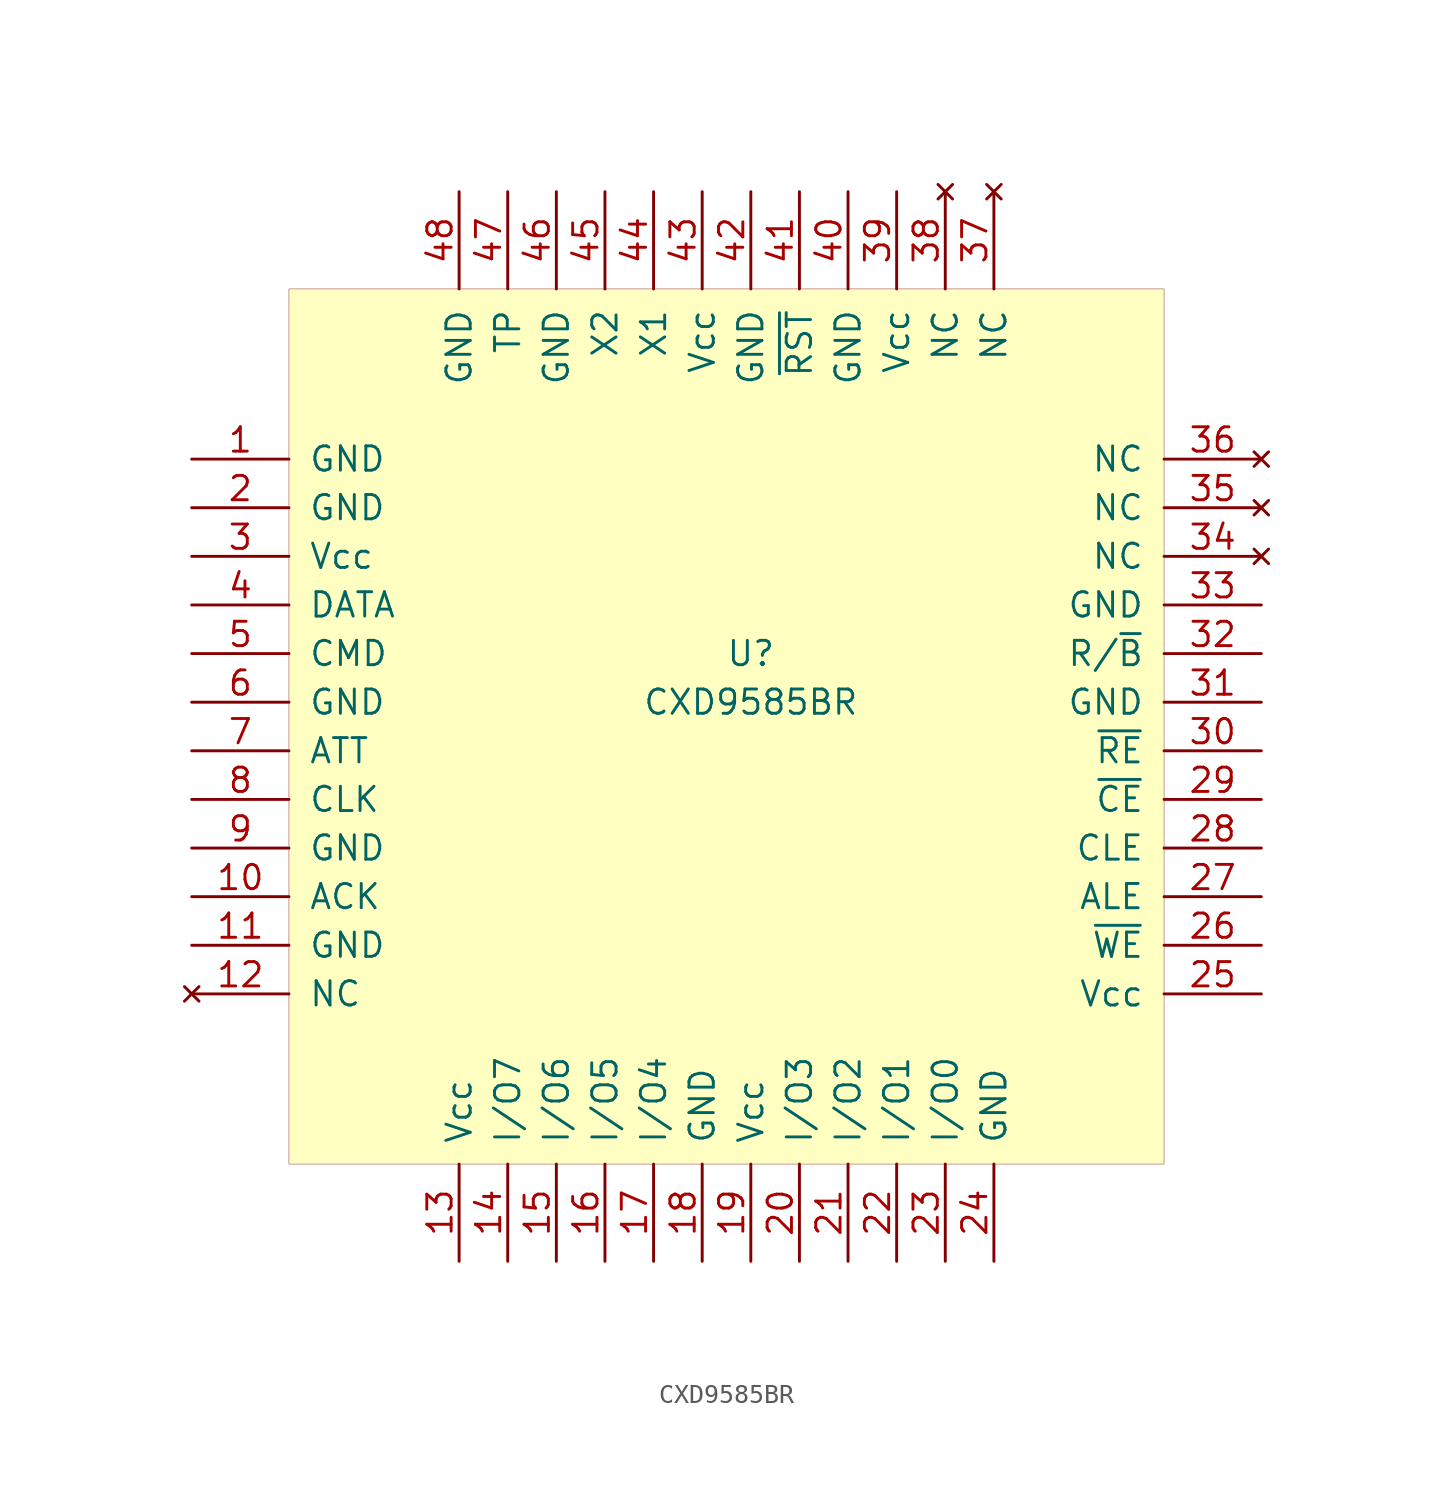
<source format=kicad_sym>
(kicad_symbol_lib
  (version 20220914)
  (generator kicad_symbol_editor)
  (symbol "CXD9585BR"
    (pin_names
      (offset 1.016))
    (property "Reference" "U"
      (at 24.13 -5.08 0)
      (effects (font (size 1.27 1.27))))
    (property "Value" "CXD9585BR"
      (at 24.13 -7.62 0)
      (effects (font (size 1.27 1.27))))
    (symbol "CXD9585BR_0_1"
      (rectangle (start 0 13.97) (end 45.72 -31.75) (stroke (width 0.001) (type default)) (fill (type background))))
    (symbol "CXD9585BR_1_1"
      (pin passive line (at -5.08 5.08 0) (length 5.08) (name "GND" (effects (font (size 1.27 1.27)))) (number "1" (effects (font (size 1.27 1.27)))))
      (pin output line (at -5.08 -17.78 0) (length 5.08) (name "ACK" (effects (font (size 1.27 1.27)))) (number "10" (effects (font (size 1.27 1.27)))))
      (pin passive line (at -5.08 -20.32 0) (length 5.08) (name "GND" (effects (font (size 1.27 1.27)))) (number "11" (effects (font (size 1.27 1.27)))))
      (pin no_connect line (at -5.08 -22.86 0) (length 5.08) (name "NC" (effects (font (size 1.27 1.27)))) (number "12" (effects (font (size 1.27 1.27)))))
      (pin power_in line (at 8.89 -36.83 90) (length 5.08) (name "Vcc" (effects (font (size 1.27 1.27)))) (number "13" (effects (font (size 1.27 1.27)))))
      (pin bidirectional line (at 11.43 -36.83 90) (length 5.08) (name "I/O7" (effects (font (size 1.27 1.27)))) (number "14" (effects (font (size 1.27 1.27)))))
      (pin bidirectional line (at 13.97 -36.83 90) (length 5.08) (name "I/O6" (effects (font (size 1.27 1.27)))) (number "15" (effects (font (size 1.27 1.27)))))
      (pin bidirectional line (at 16.51 -36.83 90) (length 5.08) (name "I/O5" (effects (font (size 1.27 1.27)))) (number "16" (effects (font (size 1.27 1.27)))))
      (pin bidirectional line (at 19.05 -36.83 90) (length 5.08) (name "I/O4" (effects (font (size 1.27 1.27)))) (number "17" (effects (font (size 1.27 1.27)))))
      (pin passive line (at 21.59 -36.83 90) (length 5.08) (name "GND" (effects (font (size 1.27 1.27)))) (number "18" (effects (font (size 1.27 1.27)))))
      (pin power_in line (at 24.13 -36.83 90) (length 5.08) (name "Vcc" (effects (font (size 1.27 1.27)))) (number "19" (effects (font (size 1.27 1.27)))))
      (pin passive line (at -5.08 2.54 0) (length 5.08) (name "GND" (effects (font (size 1.27 1.27)))) (number "2" (effects (font (size 1.27 1.27)))))
      (pin bidirectional line (at 26.67 -36.83 90) (length 5.08) (name "I/O3" (effects (font (size 1.27 1.27)))) (number "20" (effects (font (size 1.27 1.27)))))
      (pin bidirectional line (at 29.21 -36.83 90) (length 5.08) (name "I/O2" (effects (font (size 1.27 1.27)))) (number "21" (effects (font (size 1.27 1.27)))))
      (pin bidirectional line (at 31.75 -36.83 90) (length 5.08) (name "I/O1" (effects (font (size 1.27 1.27)))) (number "22" (effects (font (size 1.27 1.27)))))
      (pin bidirectional line (at 34.29 -36.83 90) (length 5.08) (name "I/O0" (effects (font (size 1.27 1.27)))) (number "23" (effects (font (size 1.27 1.27)))))
      (pin passive line (at 36.83 -36.83 90) (length 5.08) (name "GND" (effects (font (size 1.27 1.27)))) (number "24" (effects (font (size 1.27 1.27)))))
      (pin power_in line (at 50.8 -22.86 180) (length 5.08) (name "Vcc" (effects (font (size 1.27 1.27)))) (number "25" (effects (font (size 1.27 1.27)))))
      (pin output line (at 50.8 -20.32 180) (length 5.08) (name "~{WE}" (effects (font (size 1.27 1.27)))) (number "26" (effects (font (size 1.27 1.27)))))
      (pin output line (at 50.8 -17.78 180) (length 5.08) (name "ALE" (effects (font (size 1.27 1.27)))) (number "27" (effects (font (size 1.27 1.27)))))
      (pin output line (at 50.8 -15.24 180) (length 5.08) (name "CLE" (effects (font (size 1.27 1.27)))) (number "28" (effects (font (size 1.27 1.27)))))
      (pin output line (at 50.8 -12.7 180) (length 5.08) (name "~{CE}" (effects (font (size 1.27 1.27)))) (number "29" (effects (font (size 1.27 1.27)))))
      (pin power_in line (at -5.08 0 0) (length 5.08) (name "Vcc" (effects (font (size 1.27 1.27)))) (number "3" (effects (font (size 1.27 1.27)))))
      (pin output line (at 50.8 -10.16 180) (length 5.08) (name "~{RE}" (effects (font (size 1.27 1.27)))) (number "30" (effects (font (size 1.27 1.27)))))
      (pin passive line (at 50.8 -7.62 180) (length 5.08) (name "GND" (effects (font (size 1.27 1.27)))) (number "31" (effects (font (size 1.27 1.27)))))
      (pin output line (at 50.8 -5.08 180) (length 5.08) (name "R/~{B}" (effects (font (size 1.27 1.27)))) (number "32" (effects (font (size 1.27 1.27)))))
      (pin passive line (at 50.8 -2.54 180) (length 5.08) (name "GND" (effects (font (size 1.27 1.27)))) (number "33" (effects (font (size 1.27 1.27)))))
      (pin no_connect line (at 50.8 0 180) (length 5.08) (name "NC" (effects (font (size 1.27 1.27)))) (number "34" (effects (font (size 1.27 1.27)))))
      (pin no_connect line (at 50.8 2.54 180) (length 5.08) (name "NC" (effects (font (size 1.27 1.27)))) (number "35" (effects (font (size 1.27 1.27)))))
      (pin no_connect line (at 50.8 5.08 180) (length 5.08) (name "NC" (effects (font (size 1.27 1.27)))) (number "36" (effects (font (size 1.27 1.27)))))
      (pin no_connect line (at 36.83 19.05 270) (length 5.08) (name "NC" (effects (font (size 1.27 1.27)))) (number "37" (effects (font (size 1.27 1.27)))))
      (pin no_connect line (at 34.29 19.05 270) (length 5.08) (name "NC" (effects (font (size 1.27 1.27)))) (number "38" (effects (font (size 1.27 1.27)))))
      (pin power_in line (at 31.75 19.05 270) (length 5.08) (name "Vcc" (effects (font (size 1.27 1.27)))) (number "39" (effects (font (size 1.27 1.27)))))
      (pin bidirectional line (at -5.08 -2.54 0) (length 5.08) (name "DATA" (effects (font (size 1.27 1.27)))) (number "4" (effects (font (size 1.27 1.27)))))
      (pin passive line (at 29.21 19.05 270) (length 5.08) (name "GND" (effects (font (size 1.27 1.27)))) (number "40" (effects (font (size 1.27 1.27)))))
      (pin input line (at 26.67 19.05 270) (length 5.08) (name "~{RST}" (effects (font (size 1.27 1.27)))) (number "41" (effects (font (size 1.27 1.27)))))
      (pin passive line (at 24.13 19.05 270) (length 5.08) (name "GND" (effects (font (size 1.27 1.27)))) (number "42" (effects (font (size 1.27 1.27)))))
      (pin power_in line (at 21.59 19.05 270) (length 5.08) (name "Vcc" (effects (font (size 1.27 1.27)))) (number "43" (effects (font (size 1.27 1.27)))))
      (pin input line (at 19.05 19.05 270) (length 5.08) (name "X1" (effects (font (size 1.27 1.27)))) (number "44" (effects (font (size 1.27 1.27)))))
      (pin input line (at 16.51 19.05 270) (length 5.08) (name "X2" (effects (font (size 1.27 1.27)))) (number "45" (effects (font (size 1.27 1.27)))))
      (pin passive line (at 13.97 19.05 270) (length 5.08) (name "GND" (effects (font (size 1.27 1.27)))) (number "46" (effects (font (size 1.27 1.27)))))
      (pin passive line (at 11.43 19.05 270) (length 5.08) (name "TP" (effects (font (size 1.27 1.27)))) (number "47" (effects (font (size 1.27 1.27)))))
      (pin passive line (at 8.89 19.05 270) (length 5.08) (name "GND" (effects (font (size 1.27 1.27)))) (number "48" (effects (font (size 1.27 1.27)))))
      (pin bidirectional line (at -5.08 -5.08 0) (length 5.08) (name "CMD" (effects (font (size 1.27 1.27)))) (number "5" (effects (font (size 1.27 1.27)))))
      (pin passive line (at -5.08 -7.62 0) (length 5.08) (name "GND" (effects (font (size 1.27 1.27)))) (number "6" (effects (font (size 1.27 1.27)))))
      (pin input line (at -5.08 -10.16 0) (length 5.08) (name "ATT" (effects (font (size 1.27 1.27)))) (number "7" (effects (font (size 1.27 1.27)))))
      (pin input line (at -5.08 -12.7 0) (length 5.08) (name "CLK" (effects (font (size 1.27 1.27)))) (number "8" (effects (font (size 1.27 1.27)))))
      (pin passive line (at -5.08 -15.24 0) (length 5.08) (name "GND" (effects (font (size 1.27 1.27)))) (number "9" (effects (font (size 1.27 1.27))))))))
</source>
